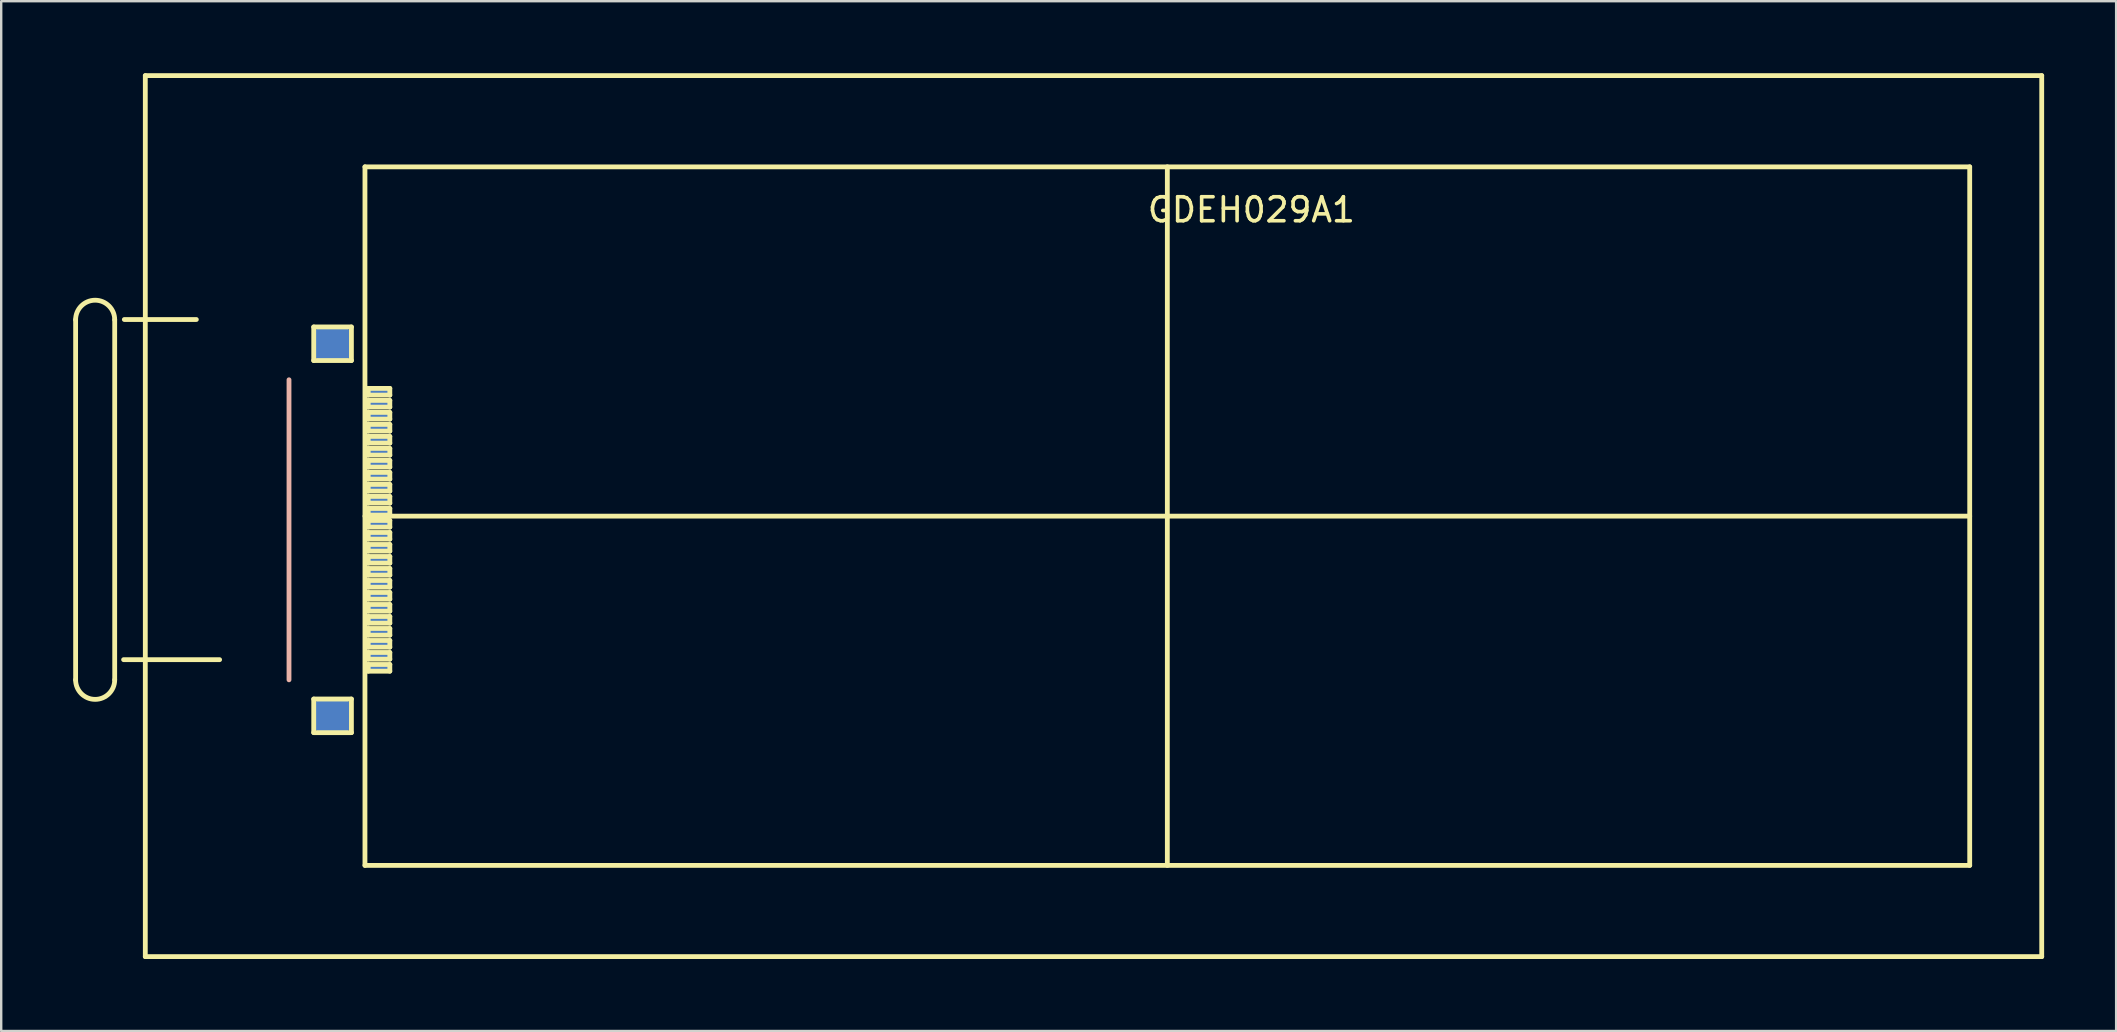
<source format=kicad_pcb>
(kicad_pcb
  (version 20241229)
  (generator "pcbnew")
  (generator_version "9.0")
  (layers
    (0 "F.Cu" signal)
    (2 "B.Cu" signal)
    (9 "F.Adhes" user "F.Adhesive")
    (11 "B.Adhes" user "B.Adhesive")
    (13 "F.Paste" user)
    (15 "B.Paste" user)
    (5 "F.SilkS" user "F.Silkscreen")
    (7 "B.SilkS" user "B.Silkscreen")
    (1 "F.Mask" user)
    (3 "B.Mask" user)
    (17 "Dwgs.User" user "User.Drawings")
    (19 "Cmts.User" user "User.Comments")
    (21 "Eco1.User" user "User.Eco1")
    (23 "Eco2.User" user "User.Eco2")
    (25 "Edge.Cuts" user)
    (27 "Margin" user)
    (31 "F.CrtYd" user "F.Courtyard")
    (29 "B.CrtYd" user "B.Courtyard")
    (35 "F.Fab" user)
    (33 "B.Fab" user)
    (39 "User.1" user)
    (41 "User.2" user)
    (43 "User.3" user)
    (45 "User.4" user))
  (footprint "GDEH029A1"
    (layer "F.Cu")
    (at 45.579 18.45)
    (property "Reference" "GDEH029A1" (at 3.5 -12.76 0) (layer "F.SilkS") (effects (font (size 1 1) (thickness 0.15))))
    (attr through_hole)
    (fp_line (start -45.479 6.82) (end -45.479 -8.18) (stroke (width 0.2) (type solid)) (layer "F.SilkS"))
    (fp_line (start -43.851 -8.18) (end -43.851 6.82) (stroke (width 0.2) (type solid)) (layer "F.SilkS"))
    (fp_line (start -43.45 -8.19) (end -40.45 -8.19) (stroke (width 0.2) (type solid)) (layer "F.SilkS"))
    (fp_line (start -42.576 -18.35) (end -42.576 18.35) (stroke (width 0.2) (type solid)) (layer "F.SilkS"))
    (fp_line (start -42.576 18.35) (end 36.424 18.35) (stroke (width 0.2) (type solid)) (layer "F.SilkS"))
    (fp_line (start -39.48 5.98) (end -43.48 5.98) (stroke (width 0.2) (type solid)) (layer "F.SilkS"))
    (fp_line (start -35.56 -7.88) (end -33.99 -7.88) (stroke (width 0.2) (type solid)) (layer "F.SilkS"))
    (fp_line (start -35.56 -6.48) (end -35.56 -7.88) (stroke (width 0.2) (type solid)) (layer "F.SilkS"))
    (fp_line (start -35.56 7.62) (end -33.99 7.62) (stroke (width 0.2) (type solid)) (layer "F.SilkS"))
    (fp_line (start -35.56 9.02) (end -35.56 7.62) (stroke (width 0.2) (type solid)) (layer "F.SilkS"))
    (fp_line (start -33.99 -7.88) (end -33.99 -6.48) (stroke (width 0.2) (type solid)) (layer "F.SilkS"))
    (fp_line (start -33.99 -6.48) (end -35.56 -6.48) (stroke (width 0.2) (type solid)) (layer "F.SilkS"))
    (fp_line (start -33.99 7.62) (end -33.99 9.02) (stroke (width 0.2) (type solid)) (layer "F.SilkS"))
    (fp_line (start -33.99 9.02) (end -35.56 9.02) (stroke (width 0.2) (type solid)) (layer "F.SilkS"))
    (fp_line (start -33.426 -14.55) (end -33.426 14.55) (stroke (width 0.2) (type solid)) (layer "F.SilkS"))
    (fp_line (start -33.426 14.55) (end 33.424 14.55) (stroke (width 0.2) (type solid)) (layer "F.SilkS"))
    (fp_line (start -33.29 -5.32) (end -33.29 -5.04) (stroke (width 0.2) (type solid)) (layer "F.SilkS"))
    (fp_line (start -33.29 -5.04) (end -32.39 -5.04) (stroke (width 0.2) (type solid)) (layer "F.SilkS"))
    (fp_line (start -33.29 -4.82) (end -33.29 -4.54) (stroke (width 0.2) (type solid)) (layer "F.SilkS"))
    (fp_line (start -33.29 -4.54) (end -32.39 -4.54) (stroke (width 0.2) (type solid)) (layer "F.SilkS"))
    (fp_line (start -33.29 -4.32) (end -33.29 -4.04) (stroke (width 0.2) (type solid)) (layer "F.SilkS"))
    (fp_line (start -33.29 -4.04) (end -32.39 -4.04) (stroke (width 0.2) (type solid)) (layer "F.SilkS"))
    (fp_line (start -33.29 -3.82) (end -33.29 -3.54) (stroke (width 0.2) (type solid)) (layer "F.SilkS"))
    (fp_line (start -33.29 -3.54) (end -32.39 -3.54) (stroke (width 0.2) (type solid)) (layer "F.SilkS"))
    (fp_line (start -33.29 -3.32) (end -33.29 -3.04) (stroke (width 0.2) (type solid)) (layer "F.SilkS"))
    (fp_line (start -33.29 -3.04) (end -32.39 -3.04) (stroke (width 0.2) (type solid)) (layer "F.SilkS"))
    (fp_line (start -33.29 -2.82) (end -33.29 -2.54) (stroke (width 0.2) (type solid)) (layer "F.SilkS"))
    (fp_line (start -33.29 -2.54) (end -32.39 -2.54) (stroke (width 0.2) (type solid)) (layer "F.SilkS"))
    (fp_line (start -33.29 -2.32) (end -33.29 -2.04) (stroke (width 0.2) (type solid)) (layer "F.SilkS"))
    (fp_line (start -33.29 -2.04) (end -32.39 -2.04) (stroke (width 0.2) (type solid)) (layer "F.SilkS"))
    (fp_line (start -33.29 -1.82) (end -33.29 -1.54) (stroke (width 0.2) (type solid)) (layer "F.SilkS"))
    (fp_line (start -33.29 -1.54) (end -32.39 -1.54) (stroke (width 0.2) (type solid)) (layer "F.SilkS"))
    (fp_line (start -33.29 -1.32) (end -33.29 -1.04) (stroke (width 0.2) (type solid)) (layer "F.SilkS"))
    (fp_line (start -33.29 -1.04) (end -32.39 -1.04) (stroke (width 0.2) (type solid)) (layer "F.SilkS"))
    (fp_line (start -33.29 -0.82) (end -33.29 -0.54) (stroke (width 0.2) (type solid)) (layer "F.SilkS"))
    (fp_line (start -33.29 -0.54) (end -32.39 -0.54) (stroke (width 0.2) (type solid)) (layer "F.SilkS"))
    (fp_line (start -33.29 -0.32) (end -33.29 -0.04) (stroke (width 0.2) (type solid)) (layer "F.SilkS"))
    (fp_line (start -33.29 -0.04) (end -32.39 -0.04) (stroke (width 0.2) (type solid)) (layer "F.SilkS"))
    (fp_line (start -33.29 0.18) (end -33.29 0.46) (stroke (width 0.2) (type solid)) (layer "F.SilkS"))
    (fp_line (start -33.29 0.46) (end -32.39 0.46) (stroke (width 0.2) (type solid)) (layer "F.SilkS"))
    (fp_line (start -33.29 0.68) (end -33.29 0.96) (stroke (width 0.2) (type solid)) (layer "F.SilkS"))
    (fp_line (start -33.29 0.96) (end -32.39 0.96) (stroke (width 0.2) (type solid)) (layer "F.SilkS"))
    (fp_line (start -33.29 1.18) (end -33.29 1.46) (stroke (width 0.2) (type solid)) (layer "F.SilkS"))
    (fp_line (start -33.29 1.46) (end -32.39 1.46) (stroke (width 0.2) (type solid)) (layer "F.SilkS"))
    (fp_line (start -33.29 1.68) (end -33.29 1.96) (stroke (width 0.2) (type solid)) (layer "F.SilkS"))
    (fp_line (start -33.29 1.96) (end -32.39 1.96) (stroke (width 0.2) (type solid)) (layer "F.SilkS"))
    (fp_line (start -33.29 2.18) (end -33.29 2.46) (stroke (width 0.2) (type solid)) (layer "F.SilkS"))
    (fp_line (start -33.29 2.46) (end -32.39 2.46) (stroke (width 0.2) (type solid)) (layer "F.SilkS"))
    (fp_line (start -33.29 2.68) (end -33.29 2.96) (stroke (width 0.2) (type solid)) (layer "F.SilkS"))
    (fp_line (start -33.29 2.96) (end -32.39 2.96) (stroke (width 0.2) (type solid)) (layer "F.SilkS"))
    (fp_line (start -33.29 3.18) (end -33.29 3.46) (stroke (width 0.2) (type solid)) (layer "F.SilkS"))
    (fp_line (start -33.29 3.46) (end -32.39 3.46) (stroke (width 0.2) (type solid)) (layer "F.SilkS"))
    (fp_line (start -33.29 3.68) (end -33.29 3.96) (stroke (width 0.2) (type solid)) (layer "F.SilkS"))
    (fp_line (start -33.29 3.96) (end -32.39 3.96) (stroke (width 0.2) (type solid)) (layer "F.SilkS"))
    (fp_line (start -33.29 4.18) (end -33.29 4.46) (stroke (width 0.2) (type solid)) (layer "F.SilkS"))
    (fp_line (start -33.29 4.46) (end -32.39 4.46) (stroke (width 0.2) (type solid)) (layer "F.SilkS"))
    (fp_line (start -33.29 4.68) (end -33.29 4.96) (stroke (width 0.2) (type solid)) (layer "F.SilkS"))
    (fp_line (start -33.29 4.96) (end -32.39 4.96) (stroke (width 0.2) (type solid)) (layer "F.SilkS"))
    (fp_line (start -33.29 5.18) (end -33.29 5.46) (stroke (width 0.2) (type solid)) (layer "F.SilkS"))
    (fp_line (start -33.29 5.46) (end -32.39 5.46) (stroke (width 0.2) (type solid)) (layer "F.SilkS"))
    (fp_line (start -33.29 5.68) (end -33.29 5.96) (stroke (width 0.2) (type solid)) (layer "F.SilkS"))
    (fp_line (start -33.29 5.96) (end -32.39 5.96) (stroke (width 0.2) (type solid)) (layer "F.SilkS"))
    (fp_line (start -33.29 6.18) (end -33.29 6.46) (stroke (width 0.2) (type solid)) (layer "F.SilkS"))
    (fp_line (start -33.29 6.46) (end -32.39 6.46) (stroke (width 0.2) (type solid)) (layer "F.SilkS"))
    (fp_line (start -32.39 -5.32) (end -33.29 -5.32) (stroke (width 0.2) (type solid)) (layer "F.SilkS"))
    (fp_line (start -32.39 -5.04) (end -32.39 -5.32) (stroke (width 0.2) (type solid)) (layer "F.SilkS"))
    (fp_line (start -32.39 -4.82) (end -33.29 -4.82) (stroke (width 0.2) (type solid)) (layer "F.SilkS"))
    (fp_line (start -32.39 -4.54) (end -32.39 -4.82) (stroke (width 0.2) (type solid)) (layer "F.SilkS"))
    (fp_line (start -32.39 -4.32) (end -33.29 -4.32) (stroke (width 0.2) (type solid)) (layer "F.SilkS"))
    (fp_line (start -32.39 -4.04) (end -32.39 -4.32) (stroke (width 0.2) (type solid)) (layer "F.SilkS"))
    (fp_line (start -32.39 -3.82) (end -33.29 -3.82) (stroke (width 0.2) (type solid)) (layer "F.SilkS"))
    (fp_line (start -32.39 -3.54) (end -32.39 -3.82) (stroke (width 0.2) (type solid)) (layer "F.SilkS"))
    (fp_line (start -32.39 -3.32) (end -33.29 -3.32) (stroke (width 0.2) (type solid)) (layer "F.SilkS"))
    (fp_line (start -32.39 -3.04) (end -32.39 -3.32) (stroke (width 0.2) (type solid)) (layer "F.SilkS"))
    (fp_line (start -32.39 -2.82) (end -33.29 -2.82) (stroke (width 0.2) (type solid)) (layer "F.SilkS"))
    (fp_line (start -32.39 -2.54) (end -32.39 -2.82) (stroke (width 0.2) (type solid)) (layer "F.SilkS"))
    (fp_line (start -32.39 -2.32) (end -33.29 -2.32) (stroke (width 0.2) (type solid)) (layer "F.SilkS"))
    (fp_line (start -32.39 -2.04) (end -32.39 -2.32) (stroke (width 0.2) (type solid)) (layer "F.SilkS"))
    (fp_line (start -32.39 -1.82) (end -33.29 -1.82) (stroke (width 0.2) (type solid)) (layer "F.SilkS"))
    (fp_line (start -32.39 -1.54) (end -32.39 -1.82) (stroke (width 0.2) (type solid)) (layer "F.SilkS"))
    (fp_line (start -32.39 -1.32) (end -33.29 -1.32) (stroke (width 0.2) (type solid)) (layer "F.SilkS"))
    (fp_line (start -32.39 -1.04) (end -32.39 -1.32) (stroke (width 0.2) (type solid)) (layer "F.SilkS"))
    (fp_line (start -32.39 -0.82) (end -33.29 -0.82) (stroke (width 0.2) (type solid)) (layer "F.SilkS"))
    (fp_line (start -32.39 -0.54) (end -32.39 -0.82) (stroke (width 0.2) (type solid)) (layer "F.SilkS"))
    (fp_line (start -32.39 -0.32) (end -33.29 -0.32) (stroke (width 0.2) (type solid)) (layer "F.SilkS"))
    (fp_line (start -32.39 -0.04) (end -32.39 -0.32) (stroke (width 0.2) (type solid)) (layer "F.SilkS"))
    (fp_line (start -32.39 0.18) (end -33.29 0.18) (stroke (width 0.2) (type solid)) (layer "F.SilkS"))
    (fp_line (start -32.39 0.46) (end -32.39 0.18) (stroke (width 0.2) (type solid)) (layer "F.SilkS"))
    (fp_line (start -32.39 0.68) (end -33.29 0.68) (stroke (width 0.2) (type solid)) (layer "F.SilkS"))
    (fp_line (start -32.39 0.96) (end -32.39 0.68) (stroke (width 0.2) (type solid)) (layer "F.SilkS"))
    (fp_line (start -32.39 1.18) (end -33.29 1.18) (stroke (width 0.2) (type solid)) (layer "F.SilkS"))
    (fp_line (start -32.39 1.46) (end -32.39 1.18) (stroke (width 0.2) (type solid)) (layer "F.SilkS"))
    (fp_line (start -32.39 1.68) (end -33.29 1.68) (stroke (width 0.2) (type solid)) (layer "F.SilkS"))
    (fp_line (start -32.39 1.96) (end -32.39 1.68) (stroke (width 0.2) (type solid)) (layer "F.SilkS"))
    (fp_line (start -32.39 2.18) (end -33.29 2.18) (stroke (width 0.2) (type solid)) (layer "F.SilkS"))
    (fp_line (start -32.39 2.46) (end -32.39 2.18) (stroke (width 0.2) (type solid)) (layer "F.SilkS"))
    (fp_line (start -32.39 2.68) (end -33.29 2.68) (stroke (width 0.2) (type solid)) (layer "F.SilkS"))
    (fp_line (start -32.39 2.96) (end -32.39 2.68) (stroke (width 0.2) (type solid)) (layer "F.SilkS"))
    (fp_line (start -32.39 3.18) (end -33.29 3.18) (stroke (width 0.2) (type solid)) (layer "F.SilkS"))
    (fp_line (start -32.39 3.46) (end -32.39 3.18) (stroke (width 0.2) (type solid)) (layer "F.SilkS"))
    (fp_line (start -32.39 3.68) (end -33.29 3.68) (stroke (width 0.2) (type solid)) (layer "F.SilkS"))
    (fp_line (start -32.39 3.96) (end -32.39 3.68) (stroke (width 0.2) (type solid)) (layer "F.SilkS"))
    (fp_line (start -32.39 4.18) (end -33.29 4.18) (stroke (width 0.2) (type solid)) (layer "F.SilkS"))
    (fp_line (start -32.39 4.46) (end -32.39 4.18) (stroke (width 0.2) (type solid)) (layer "F.SilkS"))
    (fp_line (start -32.39 4.68) (end -33.29 4.68) (stroke (width 0.2) (type solid)) (layer "F.SilkS"))
    (fp_line (start -32.39 4.96) (end -32.39 4.68) (stroke (width 0.2) (type solid)) (layer "F.SilkS"))
    (fp_line (start -32.39 5.18) (end -33.29 5.18) (stroke (width 0.2) (type solid)) (layer "F.SilkS"))
    (fp_line (start -32.39 5.46) (end -32.39 5.18) (stroke (width 0.2) (type solid)) (layer "F.SilkS"))
    (fp_line (start -32.39 5.68) (end -33.29 5.68) (stroke (width 0.2) (type solid)) (layer "F.SilkS"))
    (fp_line (start -32.39 5.96) (end -32.39 5.68) (stroke (width 0.2) (type solid)) (layer "F.SilkS"))
    (fp_line (start -32.39 6.18) (end -33.29 6.18) (stroke (width 0.2) (type solid)) (layer "F.SilkS"))
    (fp_line (start -32.39 6.46) (end -32.39 6.18) (stroke (width 0.2) (type solid)) (layer "F.SilkS"))
    (fp_line (start -0.001 -14.55) (end -0.001 14.55) (stroke (width 0.2) (type solid)) (layer "F.SilkS"))
    (fp_line (start 33.424 -14.55) (end -33.426 -14.55) (stroke (width 0.2) (type solid)) (layer "F.SilkS"))
    (fp_line (start 33.424 0) (end -33.426 0) (stroke (width 0.2) (type solid)) (layer "F.SilkS"))
    (fp_line (start 33.424 14.55) (end 33.424 -14.55) (stroke (width 0.2) (type solid)) (layer "F.SilkS"))
    (fp_line (start 36.424 -18.35) (end -42.576 -18.35) (stroke (width 0.2) (type solid)) (layer "F.SilkS"))
    (fp_line (start 36.424 18.35) (end 36.424 -18.35) (stroke (width 0.2) (type solid)) (layer "F.SilkS"))
    (fp_arc (start -45.47942 -8.18) (mid -44.665279 -8.994141) (end -43.851138 -8.18) (stroke (width 0.2) (type solid)) (layer "F.SilkS"))
    (fp_arc (start -43.851139 6.82) (mid -44.665279 7.63414) (end -45.479419 6.82) (stroke (width 0.2) (type solid)) (layer "F.SilkS"))
    (fp_line (start -36.59 6.82) (end -36.59 -5.68) (stroke (width 0.2) (type solid)) (layer "B.SilkS"))
    (pad "0" smd roundrect (at -34.78 -7.18) (size 1.57 1.4) (layers "F.Mask" "B.Cu" "F.Paste") (roundrect_rratio 0.25))
    (pad "0" smd roundrect (at -34.78 8.32) (size 1.57 1.4) (layers "F.Mask" "B.Cu" "F.Paste") (roundrect_rratio 0.25))
    (pad "1" smd roundrect (at -32.85 6.32) (size 0.9 0.28) (layers "F.Mask" "B.Cu" "F.Paste") (roundrect_rratio 0.25))
    (pad "2" smd roundrect (at -32.85 -4.68) (size 0.9 0.28) (layers "F.Mask" "B.Cu" "F.Paste") (roundrect_rratio 0.25))
    (pad "3" smd roundrect (at -32.85 -4.18) (size 0.9 0.28) (layers "F.Mask" "B.Cu" "F.Paste") (roundrect_rratio 0.25))
    (pad "4" smd roundrect (at -32.85 -3.68) (size 0.9 0.28) (layers "F.Mask" "B.Cu" "F.Paste") (roundrect_rratio 0.25))
    (pad "5" smd roundrect (at -32.85 -3.18) (size 0.9 0.28) (layers "F.Mask" "B.Cu" "F.Paste") (roundrect_rratio 0.25))
    (pad "6" smd roundrect (at -32.85 -2.68) (size 0.9 0.28) (layers "F.Mask" "B.Cu" "F.Paste") (roundrect_rratio 0.25))
    (pad "7" smd roundrect (at -32.85 -2.18) (size 0.9 0.28) (layers "F.Mask" "B.Cu" "F.Paste") (roundrect_rratio 0.25))
    (pad "8" smd roundrect (at -32.85 -1.68) (size 0.9 0.28) (layers "F.Mask" "B.Cu" "F.Paste") (roundrect_rratio 0.25))
    (pad "9" smd roundrect (at -32.85 -1.18) (size 0.9 0.28) (layers "F.Mask" "B.Cu" "F.Paste") (roundrect_rratio 0.25))
    (pad "10" smd roundrect (at -32.85 -0.68) (size 0.9 0.28) (layers "F.Mask" "B.Cu" "F.Paste") (roundrect_rratio 0.25))
    (pad "11" smd roundrect (at -32.85 -0.18) (size 0.9 0.28) (layers "F.Mask" "B.Cu" "F.Paste") (roundrect_rratio 0.25))
    (pad "12" smd roundrect (at -32.85 0.32) (size 0.9 0.28) (layers "F.Mask" "B.Cu" "F.Paste") (roundrect_rratio 0.25))
    (pad "13" smd roundrect (at -32.85 0.82) (size 0.9 0.28) (layers "F.Mask" "B.Cu" "F.Paste") (roundrect_rratio 0.25))
    (pad "14" smd roundrect (at -32.85 1.32) (size 0.9 0.28) (layers "F.Mask" "B.Cu" "F.Paste") (roundrect_rratio 0.25))
    (pad "15" smd roundrect (at -32.85 1.82) (size 0.9 0.28) (layers "F.Mask" "B.Cu" "F.Paste") (roundrect_rratio 0.25))
    (pad "16" smd roundrect (at -32.85 2.32) (size 0.9 0.28) (layers "F.Mask" "B.Cu" "F.Paste") (roundrect_rratio 0.25))
    (pad "17" smd roundrect (at -32.85 2.82) (size 0.9 0.28) (layers "F.Mask" "B.Cu" "F.Paste") (roundrect_rratio 0.25))
    (pad "18" smd roundrect (at -32.85 3.32) (size 0.9 0.28) (layers "F.Mask" "B.Cu" "F.Paste") (roundrect_rratio 0.25))
    (pad "19" smd roundrect (at -32.85 3.82) (size 0.9 0.28) (layers "F.Mask" "B.Cu" "F.Paste") (roundrect_rratio 0.25))
    (pad "20" smd roundrect (at -32.85 4.32) (size 0.9 0.28) (layers "F.Mask" "B.Cu" "F.Paste") (roundrect_rratio 0.25))
    (pad "21" smd roundrect (at -32.85 4.82) (size 0.9 0.28) (layers "F.Mask" "B.Cu" "F.Paste") (roundrect_rratio 0.25))
    (pad "22" smd roundrect (at -32.85 5.32) (size 0.9 0.28) (layers "F.Mask" "B.Cu" "F.Paste") (roundrect_rratio 0.25))
    (pad "23" smd roundrect (at -32.85 5.82) (size 0.9 0.28) (layers "F.Mask" "B.Cu" "F.Paste") (roundrect_rratio 0.25))
    (pad "24" smd roundrect (at -32.85 -5.18) (size 0.9 0.28) (layers "F.Mask" "B.Cu" "F.Paste") (roundrect_rratio 0.25)))
  (gr_rect
    (start -3 -3)
    (end 85.103 39.9)
    (stroke (width 0.1) (type default))
    (fill no)
    (layer "Edge.Cuts")))
</source>
